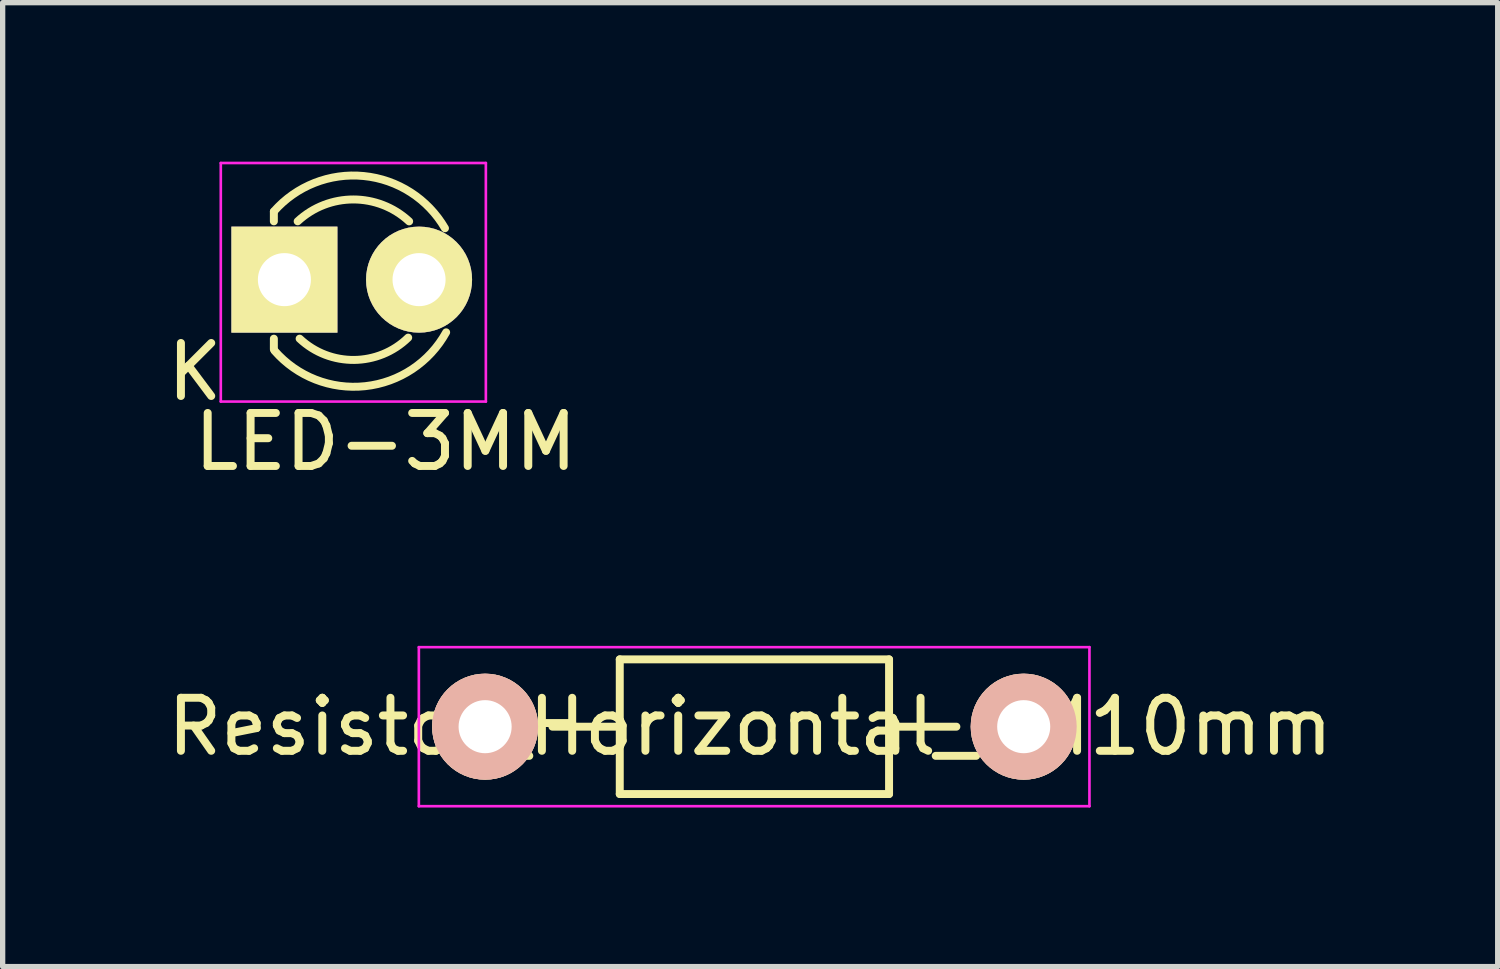
<source format=kicad_pcb>
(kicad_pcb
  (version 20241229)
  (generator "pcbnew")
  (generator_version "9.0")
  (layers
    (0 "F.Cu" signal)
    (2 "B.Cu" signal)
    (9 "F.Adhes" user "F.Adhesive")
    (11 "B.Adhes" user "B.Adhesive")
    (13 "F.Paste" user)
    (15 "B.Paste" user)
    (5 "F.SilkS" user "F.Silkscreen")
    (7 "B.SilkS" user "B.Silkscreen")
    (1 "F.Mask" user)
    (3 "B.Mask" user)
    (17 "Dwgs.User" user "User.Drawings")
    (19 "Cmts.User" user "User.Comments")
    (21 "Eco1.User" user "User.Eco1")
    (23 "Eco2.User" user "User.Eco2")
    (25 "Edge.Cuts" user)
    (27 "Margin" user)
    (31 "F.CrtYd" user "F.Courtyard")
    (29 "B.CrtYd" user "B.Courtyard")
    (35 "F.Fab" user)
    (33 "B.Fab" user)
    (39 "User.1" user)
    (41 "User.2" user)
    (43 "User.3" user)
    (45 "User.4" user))
  (footprint "Resistor_Horizontal_RM10mm"
    (layer "F.Cu")
    (at 6.101 10.658)
    (property "Reference" "Resistor_Horizontal_RM10mm" (at 5 0 180) (layer "F.SilkS") (effects (font (size 1 1) (thickness 0.15))))
    (attr through_hole)
    (fp_line (start 2.54 -1.27) (end 7.62 -1.27) (stroke (width 0.15) (type solid)) (layer "F.SilkS"))
    (fp_line (start 2.54 0) (end 1.27 0) (stroke (width 0.15) (type solid)) (layer "F.SilkS"))
    (fp_line (start 2.54 1.27) (end 2.54 -1.27) (stroke (width 0.15) (type solid)) (layer "F.SilkS"))
    (fp_line (start 7.62 -1.27) (end 7.62 1.27) (stroke (width 0.15) (type solid)) (layer "F.SilkS"))
    (fp_line (start 7.62 0) (end 8.89 0) (stroke (width 0.15) (type solid)) (layer "F.SilkS"))
    (fp_line (start 7.62 1.27) (end 2.54 1.27) (stroke (width 0.15) (type solid)) (layer "F.SilkS"))
    (fp_line (start -1.25 -1.5) (end 11.4 -1.5) (stroke (width 0.05) (type solid)) (layer "F.CrtYd"))
    (fp_line (start -1.25 1.5) (end -1.25 -1.5) (stroke (width 0.05) (type solid)) (layer "F.CrtYd"))
    (fp_line (start -1.25 1.5) (end 11.4 1.5) (stroke (width 0.05) (type solid)) (layer "F.CrtYd"))
    (fp_line (start 11.4 -1.5) (end 11.4 1.5) (stroke (width 0.05) (type solid)) (layer "F.CrtYd"))
    (pad "1" thru_hole circle (at 0 0) (size 1.999 1.999) (drill 1.001) (layers "*.Cu" "*.SilkS" "*.Mask"))
    (pad "2" thru_hole circle (at 10.16 0) (size 1.999 1.999) (drill 1.001) (layers "*.Cu" "*.SilkS" "*.Mask")))
  (footprint "LED-3MM"
    (layer "F.Cu")
    (at 2.315 2.225)
    (property "Reference" "LED-3MM" (at 1.91 3.06 0) (layer "F.SilkS") (effects (font (size 1 1) (thickness 0.15))))
    (attr through_hole)
    (fp_line (start -0.199 -1.28) (end -0.199 -1.1) (stroke (width 0.15) (type solid)) (layer "F.SilkS"))
    (fp_line (start -0.199 1.314) (end -0.199 1.114) (stroke (width 0.15) (type solid)) (layer "F.SilkS"))
    (fp_arc (start -0.199 -1.286) (mid 1.495903 -1.954571) (end 3.028744 -0.969643) (stroke (width 0.15) (type solid)) (layer "F.SilkS"))
    (fp_arc (start 0.25 -1.1) (mid 1.301686 -1.512142) (end 2.353005 -1.099067) (stroke (width 0.15) (type solid)) (layer "F.SilkS"))
    (fp_arc (start 2.335 1.094) (mid 1.31492 1.51473) (end 0.287111 1.113252) (stroke (width 0.15) (type solid)) (layer "F.SilkS"))
    (fp_arc (start 3.051 0.994) (mid 1.522637 2.009958) (end -0.18622 1.340726) (stroke (width 0.15) (type solid)) (layer "F.SilkS"))
    (fp_line (start -1.2 -2.2) (end -1.2 2.3) (stroke (width 0.05) (type solid)) (layer "F.CrtYd"))
    (fp_line (start -1.2 2.3) (end 3.8 2.3) (stroke (width 0.05) (type solid)) (layer "F.CrtYd"))
    (fp_line (start 3.8 -2.2) (end -1.2 -2.2) (stroke (width 0.05) (type solid)) (layer "F.CrtYd"))
    (fp_line (start 3.8 2.3) (end 3.8 -2.2) (stroke (width 0.05) (type solid)) (layer "F.CrtYd"))
    (fp_text user "K" (at -1.69 1.74 0) (layer "F.SilkS") (effects (font (size 1 1) (thickness 0.15))))
    (pad "1" thru_hole rect (at 0 0 90) (size 2 2) (drill 1.001) (layers "*.Cu" "*.Mask" "F.SilkS"))
    (pad "2" thru_hole circle (at 2.54 0) (size 2 2) (drill 1.001) (layers "*.Cu" "*.Mask" "F.SilkS")))
  (gr_rect
    (start -3 -3)
    (end 25.202 15.183)
    (stroke (width 0.1) (type default))
    (fill no)
    (layer "Edge.Cuts")))
</source>
